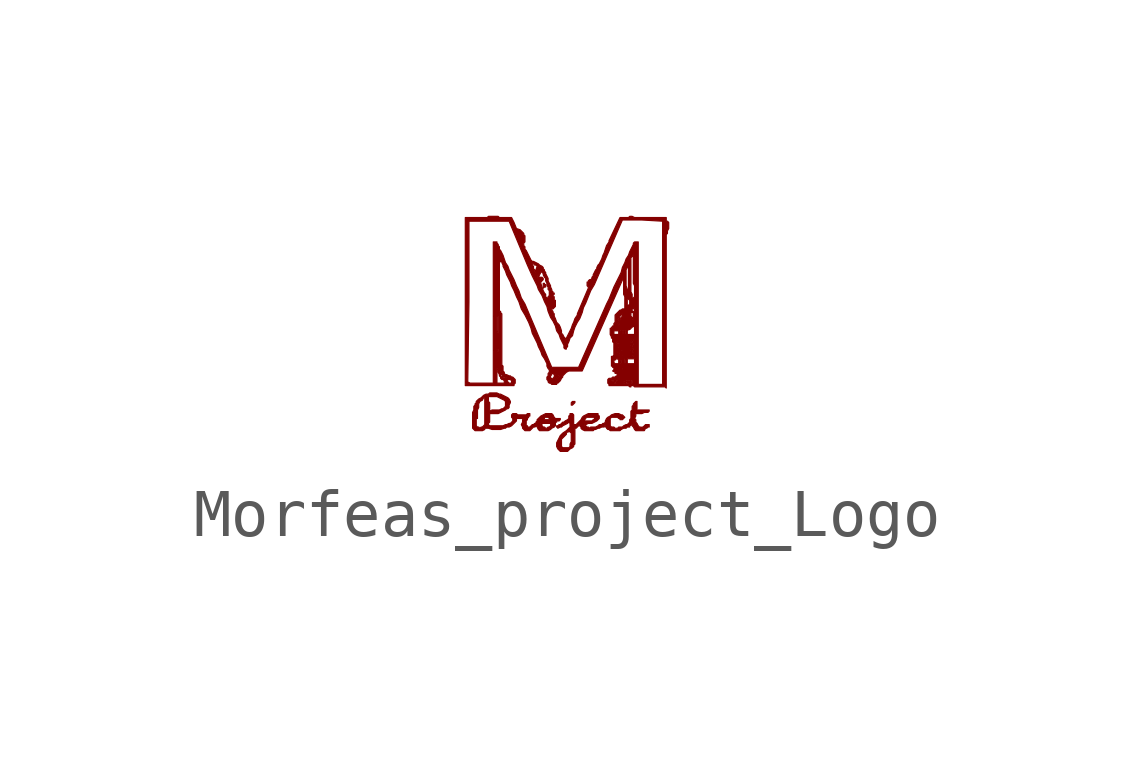
<source format=kicad_sym>
(kicad_symbol_lib
  (version 20211014)
  (generator kicad_symbol_editor)
  (symbol "Morfeas_project_Logo"
    (pin_names
      (offset 1.016))
    (property "Reference" "#G"
      (at 0 -3.81 0)
      (effects (font (size 1.524 1.524)) hide))
    (symbol "Morfeas_project_Logo_0_0"
      (polyline (pts (xy 0.178 -1.448) (xy 0.178 -1.422) (xy 0.127 -1.422) (xy 0.102 -1.448) (xy 0.102 -1.499) (xy 0.127 -1.499) (xy 0.178 -1.448)) (stroke (width 0.025) (type default) (color 0 0 0 0)) (fill (type outline)))
      (polyline (pts (xy -0.457 0.965) (xy -0.432 0.965) (xy -0.432 1.016) (xy -0.457 1.016) (xy -0.457 1.041) (xy -0.483 1.041) (xy -0.483 0.94) (xy -0.457 0.965)) (stroke (width 0.025) (type default) (color 0 0 0 0)) (fill (type outline)))
      (polyline (pts (xy -1.702 -2.007) (xy -1.702 -1.981) (xy -1.626 -1.981) (xy -1.549 -2.007) (xy -1.372 -2.007) (xy -1.295 -1.981) (xy -1.27 -1.981) (xy -1.245 -1.956) (xy -1.194 -1.956) (xy -1.143 -1.93) (xy -1.041 -1.829) (xy -1.041 -1.778) (xy -0.889 -1.778) (xy -0.914 -1.803) (xy -0.914 -1.854) (xy -0.94 -1.905) (xy -0.914 -1.956) (xy -0.914 -1.981) (xy -0.864 -2.032) (xy -0.762 -2.032) (xy -0.686 -1.956) (xy -0.66 -1.956) (xy -0.61 -1.93) (xy -0.61 -1.956) (xy -0.584 -2.007) (xy -0.559 -2.032) (xy -0.381 -2.032) (xy -0.33 -2.007) (xy -0.305 -1.981) (xy -0.254 -1.956) (xy -0.229 -1.93) (xy -0.229 -1.854) (xy -0.203 -1.854) (xy -0.203 -1.829) (xy -0.152 -1.829) (xy -0.127 -1.803) (xy -0.127 -1.778) (xy -0.229 -1.778) (xy -0.254 -1.753) (xy -0.279 -1.702) (xy -0.305 -1.676) (xy -0.432 -1.676) (xy -0.533 -1.727) (xy -0.61 -1.803) (xy -0.483 -1.803) (xy -0.483 -1.778) (xy -0.457 -1.778) (xy -0.457 -1.753) (xy -0.381 -1.753) (xy -0.356 -1.778) (xy -0.33 -1.778) (xy -0.33 -1.803) (xy -0.483 -1.803) (xy -0.61 -1.803) (xy -0.61 -1.829) (xy -0.635 -1.854) (xy -0.635 -1.88) (xy -0.66 -1.88) (xy -0.686 -1.905) (xy -0.533 -1.905) (xy -0.533 -1.88) (xy -0.305 -1.88) (xy -0.33 -1.905) (xy -0.33 -1.93) (xy -0.356 -1.956) (xy -0.381 -1.956) (xy -0.406 -1.981) (xy -0.432 -1.981) (xy -0.457 -1.956) (xy -0.483 -1.956) (xy -0.508 -1.93) (xy -0.508 -1.905) (xy -0.533 -1.905) (xy -0.686 -1.905) (xy -0.711 -1.905) (xy -0.762 -1.956) (xy -0.813 -1.956) (xy -0.813 -1.93) (xy -0.838 -1.93) (xy -0.838 -1.829) (xy -0.813 -1.803) (xy -0.813 -1.778) (xy -0.787 -1.753) (xy -0.787 -1.727) (xy -0.762 -1.727) (xy -0.762 -1.676) (xy -0.813 -1.676) (xy -0.838 -1.702) (xy -1.016 -1.702) (xy -1.041 -1.676) (xy -1.118 -1.676) (xy -1.143 -1.702) (xy -1.143 -1.753) (xy -1.118 -1.778) (xy -1.118 -1.829) (xy -1.168 -1.88) (xy -1.194 -1.88) (xy -1.245 -1.905) (xy -1.27 -1.905) (xy -1.321 -1.93) (xy -1.6 -1.93) (xy -1.626 -1.905) (xy -1.626 -1.88) (xy -1.6 -1.854) (xy -1.6 -1.676) (xy -1.422 -1.676) (xy -1.27 -1.6) (xy -1.245 -1.575) (xy -1.219 -1.575) (xy -1.194 -1.549) (xy -1.194 -1.499) (xy -1.168 -1.448) (xy -1.168 -1.422) (xy -1.194 -1.372) (xy -1.219 -1.346) (xy -1.372 -1.27) (xy -1.397 -1.27) (xy -1.448 -1.245) (xy -1.6 -1.245) (xy -1.626 -1.27) (xy -1.676 -1.27) (xy -1.727 -1.295) (xy -1.778 -1.346) (xy -1.829 -1.372) (xy -1.88 -1.422) (xy -1.88 -1.448) (xy -1.905 -1.473) (xy -1.905 -1.499) (xy -1.93 -1.524) (xy -1.93 -1.6) (xy -1.956 -1.651) (xy -1.956 -1.93) (xy -1.88 -1.93) (xy -1.88 -1.778) (xy -1.854 -1.778) (xy -1.854 -1.6) (xy -1.829 -1.549) (xy -1.829 -1.473) (xy -1.803 -1.422) (xy -1.753 -1.397) (xy -1.727 -1.346) (xy -1.702 -1.346) (xy -1.702 -1.422) (xy -1.626 -1.422) (xy -1.626 -1.321) (xy -1.448 -1.321) (xy -1.295 -1.397) (xy -1.27 -1.422) (xy -1.27 -1.524) (xy -1.321 -1.575) (xy -1.346 -1.575) (xy -1.397 -1.6) (xy -1.549 -1.6) (xy -1.6 -1.626) (xy -1.6 -1.448) (xy -1.626 -1.422) (xy -1.702 -1.422) (xy -1.702 -1.905) (xy -1.753 -1.956) (xy -1.778 -1.956) (xy -1.803 -1.981) (xy -1.829 -1.956) (xy -1.854 -1.956) (xy -1.88 -1.93) (xy -1.956 -1.93) (xy -1.956 -1.981) (xy -1.905 -2.032) (xy -1.753 -2.032) (xy -1.702 -2.007)) (stroke (width 0.025) (type default) (color 0 0 0 0)) (fill (type outline)))
      (polyline (pts (xy 0.076 -2.413) (xy 0.127 -2.388) (xy 0.152 -2.362) (xy 0.152 -2.337) (xy 0.178 -2.311) (xy 0.178 -1.981) (xy 0.203 -1.981) (xy 0.254 -1.93) (xy 0.279 -1.93) (xy 0.305 -1.956) (xy 0.305 -1.981) (xy 0.33 -2.007) (xy 0.381 -2.032) (xy 0.559 -2.032) (xy 0.584 -2.007) (xy 0.61 -2.007) (xy 0.66 -1.981) (xy 0.686 -1.981) (xy 0.737 -1.956) (xy 0.787 -1.956) (xy 0.787 -1.93) (xy 0.813 -1.93) (xy 0.813 -1.956) (xy 0.838 -1.956) (xy 0.838 -1.981) (xy 0.864 -2.007) (xy 0.889 -2.007) (xy 0.914 -2.032) (xy 1.118 -2.032) (xy 1.143 -2.007) (xy 1.194 -1.981) (xy 1.245 -1.981) (xy 1.27 -1.956) (xy 1.321 -1.956) (xy 1.321 -1.93) (xy 1.372 -1.905) (xy 1.372 -1.93) (xy 1.397 -1.956) (xy 1.422 -2.007) (xy 1.448 -2.032) (xy 1.626 -2.032) (xy 1.651 -1.981) (xy 1.676 -1.981) (xy 1.702 -1.956) (xy 1.727 -1.956) (xy 1.727 -1.905) (xy 1.651 -1.905) (xy 1.6 -1.956) (xy 1.575 -1.956) (xy 1.575 -1.981) (xy 1.549 -1.956) (xy 1.524 -1.956) (xy 1.499 -1.93) (xy 1.473 -1.88) (xy 1.448 -1.854) (xy 1.448 -1.803) (xy 1.422 -1.778) (xy 1.448 -1.727) (xy 1.448 -1.676) (xy 1.575 -1.676) (xy 1.626 -1.651) (xy 1.702 -1.651) (xy 1.727 -1.626) (xy 1.727 -1.6) (xy 1.448 -1.6) (xy 1.473 -1.575) (xy 1.473 -1.422) (xy 1.448 -1.422) (xy 1.397 -1.473) (xy 1.397 -1.499) (xy 1.372 -1.524) (xy 1.372 -1.6) (xy 1.346 -1.626) (xy 1.346 -1.778) (xy 1.321 -1.803) (xy 1.321 -1.854) (xy 1.27 -1.905) (xy 1.245 -1.905) (xy 1.194 -1.93) (xy 1.168 -1.956) (xy 1.092 -1.956) (xy 1.067 -1.981) (xy 1.016 -1.981) (xy 0.991 -1.956) (xy 0.94 -1.956) (xy 0.914 -1.93) (xy 0.914 -1.778) (xy 0.94 -1.753) (xy 1.067 -1.753) (xy 1.092 -1.778) (xy 1.118 -1.778) (xy 1.118 -1.803) (xy 1.168 -1.803) (xy 1.219 -1.753) (xy 1.168 -1.702) (xy 1.143 -1.702) (xy 1.092 -1.676) (xy 1.016 -1.676) (xy 0.94 -1.702) (xy 0.914 -1.727) (xy 0.864 -1.753) (xy 0.838 -1.778) (xy 0.813 -1.829) (xy 0.813 -1.854) (xy 0.787 -1.88) (xy 0.762 -1.88) (xy 0.737 -1.905) (xy 0.686 -1.905) (xy 0.66 -1.93) (xy 0.61 -1.956) (xy 0.508 -1.956) (xy 0.483 -1.981) (xy 0.457 -1.956) (xy 0.432 -1.956) (xy 0.406 -1.93) (xy 0.381 -1.93) (xy 0.381 -1.905) (xy 0.406 -1.905) (xy 0.457 -1.88) (xy 0.533 -1.88) (xy 0.635 -1.829) (xy 0.686 -1.778) (xy 0.686 -1.727) (xy 0.66 -1.702) (xy 0.66 -1.676) (xy 0.457 -1.676) (xy 0.356 -1.727) (xy 0.33 -1.753) (xy 0.305 -1.803) (xy 0.279 -1.829) (xy 0.381 -1.829) (xy 0.381 -1.803) (xy 0.406 -1.778) (xy 0.406 -1.753) (xy 0.584 -1.753) (xy 0.584 -1.803) (xy 0.559 -1.803) (xy 0.533 -1.829) (xy 0.381 -1.829) (xy 0.279 -1.829) (xy 0.203 -1.905) (xy 0.152 -1.905) (xy 0.152 -1.702) (xy 0.127 -1.676) (xy 0.076 -1.676) (xy 0.076 -1.702) (xy 0.051 -1.727) (xy 0.051 -1.778) (xy 0.025 -1.803) (xy -0.025 -1.829) (xy -0.051 -1.854) (xy -0.076 -1.854) (xy -0.127 -1.905) (xy -0.152 -1.905) (xy -0.178 -1.93) (xy -0.203 -1.93) (xy -0.203 -1.956) (xy -0.178 -1.981) (xy -0.127 -1.956) (xy -0.102 -1.956) (xy -0.076 -1.93) (xy 0.025 -1.88) (xy 0.051 -1.854) (xy 0.076 -1.88) (xy 0.076 -1.956) (xy 0 -2.032) (xy -0.076 -2.083) (xy -0.127 -2.134) (xy -0.203 -2.286) (xy -0.203 -2.362) (xy -0.102 -2.362) (xy -0.102 -2.21) (xy 0 -2.108) (xy 0 -2.083) (xy 0.025 -2.057) (xy 0.051 -2.057) (xy 0.076 -2.032) (xy 0.076 -2.057) (xy 0.102 -2.083) (xy 0.102 -2.261) (xy 0.076 -2.311) (xy 0.076 -2.362) (xy 0.051 -2.388) (xy -0.076 -2.388) (xy -0.102 -2.362) (xy -0.203 -2.362) (xy -0.178 -2.413) (xy -0.127 -2.464) (xy 0.025 -2.464) (xy 0.076 -2.413)) (stroke (width 0.025) (type default) (color 0 0 0 0)) (fill (type outline)))
      (polyline (pts (xy 1.194 0.813) (xy 1.219 0.762) (xy 1.219 0.508) (xy 1.168 0.508) (xy 1.143 0.483) (xy 1.118 0.483) (xy 1.092 0.457) (xy 1.372 0.457) (xy 1.372 0.508) (xy 1.397 0.533) (xy 1.397 0.508) (xy 1.422 0.508) (xy 1.422 0.457) (xy 1.372 0.457) (xy 1.092 0.457) (xy 1.016 0.381) (xy 1.016 0.254) (xy 1.067 0.254) (xy 1.067 0.279) (xy 1.092 0.279) (xy 1.092 0.305) (xy 1.118 0.356) (xy 1.168 0.406) (xy 1.168 0.381) (xy 1.168 0.356) (xy 1.346 0.356) (xy 1.346 0.432) (xy 1.397 0.432) (xy 1.397 0.279) (xy 1.372 0.305) (xy 1.372 0.33) (xy 1.346 0.356) (xy 1.168 0.356) (xy 1.143 0.33) (xy 1.092 0.279) (xy 1.067 0.254) (xy 1.016 0.254) (xy 1.016 0.229) (xy 0.991 0.203) (xy 0.991 0.178) (xy 1.067 0.178) (xy 1.067 0.203) (xy 1.118 0.254) (xy 1.118 0.279) (xy 1.143 0.279) (xy 1.118 0.254) (xy 1.118 0.229) (xy 1.067 0.178) (xy 0.991 0.178) (xy 0.991 0.152) (xy 1.092 0.152) (xy 1.118 0.178) (xy 1.118 0.152) (xy 1.092 0.152) (xy 0.991 0.152) (xy 0.965 0.152) (xy 0.965 0.127) (xy 0.94 0.127) (xy 0.94 0.102) (xy 0.914 0.102) (xy 0.914 0) (xy 0.914 -0.025) (xy 0.991 -0.025) (xy 0.991 0.051) (xy 1.092 0.051) (xy 1.092 -0.025) (xy 1.118 -0.025) (xy 1.118 0.051) (xy 1.143 0.051) (xy 1.143 -0.025) (xy 1.168 -0.025) (xy 1.168 0.051) (xy 1.194 0.051) (xy 1.194 -0.025) (xy 1.219 -0.025) (xy 1.219 0.051) (xy 1.245 0.051) (xy 1.245 -0.025) (xy 1.27 -0.025) (xy 1.27 0.051) (xy 1.295 0.076) (xy 1.321 0.076) (xy 1.372 0.127) (xy 1.422 0.152) (xy 1.422 -0.025) (xy 1.27 -0.025) (xy 1.245 -0.025) (xy 1.219 -0.025) (xy 1.194 -0.025) (xy 1.168 -0.025) (xy 1.143 -0.025) (xy 1.118 -0.025) (xy 1.092 -0.025) (xy 0.991 -0.025) (xy 0.914 -0.025) (xy 0.94 -0.076) (xy 0.94 -0.102) (xy 0.965 -0.102) (xy 0.965 -0.178) (xy 0.991 -0.203) (xy 1.041 -0.203) (xy 1.067 -0.178) (xy 1.067 -0.203) (xy 1.041 -0.229) (xy 1.041 -0.203) (xy 0.991 -0.203) (xy 0.991 -0.305) (xy 1.067 -0.305) (xy 1.067 -0.254) (xy 1.092 -0.229) (xy 1.092 -0.203) (xy 1.118 -0.203) (xy 1.346 -0.203) (xy 1.346 -0.178) (xy 1.372 -0.152) (xy 1.372 -0.127) (xy 1.397 -0.127) (xy 1.397 -0.152) (xy 1.372 -0.152) (xy 1.372 -0.203) (xy 1.346 -0.203) (xy 1.118 -0.203) (xy 1.092 -0.229) (xy 1.092 -0.279) (xy 1.346 -0.279) (xy 1.346 -0.254) (xy 1.372 -0.254) (xy 1.372 -0.229) (xy 1.397 -0.203) (xy 1.397 -0.229) (xy 1.372 -0.254) (xy 1.372 -0.279) (xy 1.346 -0.279) (xy 1.092 -0.279) (xy 1.067 -0.305) (xy 0.991 -0.305) (xy 0.991 -0.356) (xy 1.067 -0.356) (xy 1.092 -0.356) (xy 1.067 -0.381) (xy 1.143 -0.381) (xy 1.168 -0.356) (xy 1.168 -0.381) (xy 1.346 -0.381) (xy 1.346 -0.356) (xy 1.372 -0.356) (xy 1.372 -0.33) (xy 1.397 -0.305) (xy 1.397 -0.33) (xy 1.372 -0.356) (xy 1.372 -0.381) (xy 1.346 -0.381) (xy 1.168 -0.381) (xy 1.143 -0.406) (xy 1.372 -0.406) (xy 1.397 -0.406) (xy 1.372 -0.432) (xy 1.372 -0.406) (xy 1.143 -0.406) (xy 1.143 -0.381) (xy 1.067 -0.381) (xy 1.067 -0.356) (xy 0.991 -0.356) (xy 0.991 -0.432) (xy 1.067 -0.432) (xy 1.067 -0.406) (xy 1.092 -0.406) (xy 1.092 -0.432) (xy 1.067 -0.432) (xy 0.991 -0.432) (xy 0.991 -0.457) (xy 1.092 -0.457) (xy 1.092 -0.432) (xy 1.118 -0.432) (xy 1.118 -0.457) (xy 1.092 -0.457) (xy 0.991 -0.457) (xy 0.965 -0.483) (xy 1.143 -0.483) (xy 1.143 -0.457) (xy 1.168 -0.457) (xy 1.168 -0.483) (xy 1.372 -0.483) (xy 1.397 -0.457) (xy 1.397 -0.483) (xy 1.372 -0.483) (xy 1.168 -0.483) (xy 1.143 -0.483) (xy 0.965 -0.483) (xy 0.94 -0.483) (xy 0.94 -0.61) (xy 0.991 -0.61) (xy 0.991 -0.559) (xy 1.016 -0.559) (xy 1.041 -0.533) (xy 1.067 -0.533) (xy 1.092 -0.559) (xy 1.092 -0.61) (xy 1.118 -0.61) (xy 1.118 -0.584) (xy 1.143 -0.559) (xy 1.143 -0.635) (xy 1.219 -0.635) (xy 1.219 -0.533) (xy 1.245 -0.559) (xy 1.245 -0.635) (xy 1.27 -0.635) (xy 1.27 -0.533) (xy 1.422 -0.533) (xy 1.422 -0.635) (xy 1.27 -0.635) (xy 1.245 -0.635) (xy 1.219 -0.635) (xy 1.143 -0.635) (xy 1.118 -0.61) (xy 1.092 -0.61) (xy 1.092 -0.635) (xy 1.016 -0.635) (xy 0.991 -0.61) (xy 0.94 -0.61) (xy 0.94 -0.686) (xy 0.965 -0.686) (xy 0.965 -0.711) (xy 0.991 -0.711) (xy 0.991 -0.762) (xy 1.143 -0.762) (xy 1.143 -0.737) (xy 1.168 -0.737) (xy 1.168 -0.762) (xy 1.143 -0.762) (xy 0.991 -0.762) (xy 0.965 -0.787) (xy 1.016 -0.813) (xy 1.016 -0.838) (xy 1.041 -0.838) (xy 1.067 -0.864) (xy 1.067 -0.889) (xy 1.041 -0.889) (xy 1.016 -0.914) (xy 0.965 -0.914) (xy 0.94 -0.94) (xy 0.889 -0.94) (xy 0.864 -0.965) (xy 0.864 -1.016) (xy 0.94 -1.016) (xy 0.94 -0.991) (xy 0.991 -0.991) (xy 0.965 -1.016) (xy 0.94 -1.016) (xy 0.864 -1.016) (xy 0.864 -1.041) (xy 0.991 -1.041) (xy 1.041 -0.991) (xy 1.067 -0.991) (xy 1.067 -1.016) (xy 1.041 -1.016) (xy 1.041 -1.041) (xy 1.194 -1.041) (xy 1.194 -1.016) (xy 1.219 -1.016) (xy 1.219 -1.041) (xy 1.245 -1.041) (xy 1.245 -0.991) (xy 1.27 -0.991) (xy 1.27 -1.016) (xy 1.295 -1.016) (xy 1.295 -0.991) (xy 1.321 -0.991) (xy 1.321 -1.016) (xy 1.295 -1.016) (xy 1.295 -1.041) (xy 1.346 -1.041) (xy 1.346 -0.991) (xy 1.372 -0.991) (xy 1.372 -1.041) (xy 1.346 -1.041) (xy 1.295 -1.041) (xy 1.245 -1.041) (xy 1.219 -1.041) (xy 1.194 -1.041) (xy 1.041 -1.041) (xy 0.991 -1.041) (xy 0.864 -1.041) (xy 0.889 -1.067) (xy 0.889 -1.092) (xy 1.295 -1.092) (xy 1.321 -1.118) (xy 1.346 -1.118) (xy 1.346 -1.092) (xy 1.397 -1.092) (xy 1.422 -1.118) (xy 2.057 -1.118) (xy 2.083 -1.143) (xy 2.083 2.057) (xy 2.108 2.083) (xy 2.108 2.134) (xy 2.134 2.184) (xy 2.134 2.311) (xy 2.108 2.337) (xy 2.083 2.337) (xy 2.083 2.413) (xy 1.422 2.413) (xy 1.372 2.438) (xy 1.321 2.438) (xy 1.295 2.413) (xy 1.118 2.413) (xy 0.889 1.93) (xy 0.889 1.905) (xy 0.838 1.829) (xy 0.787 1.676) (xy 0.762 1.626) (xy 0.737 1.549) (xy 0.686 1.448) (xy 0.66 1.422) (xy 0.635 1.372) (xy 0.635 1.346) (xy 0.61 1.321) (xy 0.559 1.219) (xy 0.559 1.194) (xy 0.533 1.168) (xy 0.533 1.143) (xy 0.508 1.118) (xy 0.483 1.118) (xy 0.457 1.092) (xy 0.457 1.067) (xy 0.432 1.067) (xy 0.432 0.991) (xy 0.457 0.965) (xy 0.457 0.94) (xy 0.229 0.406) (xy 0.229 0.381) (xy 0.178 0.305) (xy 0.152 0.229) (xy 0.127 0.178) (xy 0.102 0.102) (xy 0 -0.102) (xy 0 -0.127) (xy -0.025 -0.127) (xy -0.025 -0.102) (xy -0.051 -0.076) (xy -0.076 -0.025) (xy -0.102 0) (xy -0.102 0.051) (xy -0.127 0.127) (xy -0.152 0.178) (xy -0.203 0.229) (xy -0.229 0.305) (xy -0.254 0.356) (xy -0.254 0.406) (xy -0.279 0.432) (xy -0.279 0.457) (xy -0.305 0.483) (xy -0.305 0.508) (xy -0.279 0.508) (xy -0.229 0.559) (xy -0.229 0.686) (xy -0.254 0.686) (xy -0.254 0.762) (xy -0.279 0.762) (xy -0.279 0.787) (xy -0.254 0.813) (xy -0.254 0.838) (xy -0.279 0.838) (xy -0.279 0.864) (xy -0.305 0.889) (xy -0.305 0.914) (xy -0.33 0.965) (xy -0.33 0.991) (xy -0.381 1.092) (xy -0.381 1.143) (xy -0.432 1.245) (xy -0.432 1.27) (xy -0.457 1.295) (xy -0.457 1.321) (xy -0.483 1.346) (xy -0.483 1.372) (xy -0.508 1.397) (xy -0.559 1.422) (xy -0.584 1.448) (xy -0.686 1.499) (xy -0.711 1.499) (xy -0.737 1.524) (xy -0.838 1.727) (xy -0.864 1.753) (xy -0.864 1.803) (xy -0.889 1.829) (xy -0.889 1.88) (xy -0.864 1.905) (xy -0.864 2.032) (xy -0.889 2.057) (xy -0.889 2.083) (xy -0.965 2.159) (xy -1.041 2.184) (xy -1.092 2.311) (xy -1.143 2.413) (xy -1.397 2.413) (xy -1.422 2.438) (xy -1.626 2.438) (xy -1.651 2.413) (xy -2.108 2.413) (xy -2.108 -1.016) (xy -2.057 -1.016) (xy -2.032 0.66) (xy -2.032 2.337) (xy -1.194 2.337) (xy -0.813 1.422) (xy -0.711 1.422) (xy -0.711 1.448) (xy -0.686 1.448) (xy -0.66 1.422) (xy -0.635 1.422) (xy -0.61 1.397) (xy -0.635 1.321) (xy -0.584 1.321) (xy -0.584 1.372) (xy -0.559 1.372) (xy -0.559 1.321) (xy -0.584 1.321) (xy -0.635 1.321) (xy -0.635 1.27) (xy -0.66 1.295) (xy -0.66 1.321) (xy -0.686 1.346) (xy -0.686 1.397) (xy -0.711 1.422) (xy -0.813 1.422) (xy -0.711 1.194) (xy -0.61 1.194) (xy -0.584 1.219) (xy -0.584 1.168) (xy -0.559 1.219) (xy -0.533 1.27) (xy -0.533 1.295) (xy -0.508 1.295) (xy -0.508 1.27) (xy -0.483 1.245) (xy -0.483 1.219) (xy -0.457 1.168) (xy -0.432 1.143) (xy -0.432 1.092) (xy -0.406 1.041) (xy -0.406 0.991) (xy -0.381 0.965) (xy -0.381 0.914) (xy -0.356 0.889) (xy -0.356 0.787) (xy -0.381 0.762) (xy -0.381 0.737) (xy -0.406 0.737) (xy -0.432 0.762) (xy -0.432 0.813) (xy -0.457 0.838) (xy -0.483 0.889) (xy -0.533 1.041) (xy -0.533 1.067) (xy -0.483 1.118) (xy -0.483 1.143) (xy -0.508 1.168) (xy -0.559 1.168) (xy -0.559 1.118) (xy -0.584 1.143) (xy -0.584 1.168) (xy -0.61 1.168) (xy -0.61 1.194) (xy -0.711 1.194) (xy -0.61 0.991) (xy -0.584 0.914) (xy -0.508 0.787) (xy -0.457 0.66) (xy -0.406 0.559) (xy -0.381 0.457) (xy -0.33 0.33) (xy -0.279 0.254) (xy -0.229 0.152) (xy -0.203 0.051) (xy -0.152 -0.025) (xy -0.127 -0.102) (xy -0.051 -0.254) (xy -0.051 -0.305) (xy -0.025 -0.33) (xy 0 -0.33) (xy 0 -0.305) (xy 0.025 -0.279) (xy 0.025 -0.229) (xy 0.051 -0.178) (xy 0.076 -0.102) (xy 0.127 -0.051) (xy 0.152 0.051) (xy 0.178 0.127) (xy 0.229 0.229) (xy 0.279 0.305) (xy 0.33 0.432) (xy 0.356 0.533) (xy 0.406 0.635) (xy 0.508 0.889) (xy 0.584 1.016) (xy 1.168 2.362) (xy 1.575 2.362) (xy 2.007 2.337) (xy 2.007 -1.067) (xy 1.499 -1.067) (xy 1.499 1.905) (xy 1.422 1.905) (xy 1.397 1.88) (xy 1.397 1.854) (xy 1.321 1.702) (xy 1.295 1.626) (xy 1.245 1.549) (xy 1.219 1.473) (xy 1.168 1.372) (xy 1.143 1.27) (xy 0.991 0.965) (xy 0.889 0.711) (xy 0.838 0.61) (xy 0.254 -0.711) (xy -0.305 -0.711) (xy -0.864 0.61) (xy -0.94 0.737) (xy -0.991 0.889) (xy -1.041 0.991) (xy -1.092 1.118) (xy -1.194 1.321) (xy -1.219 1.397) (xy -1.27 1.473) (xy -1.321 1.626) (xy -1.372 1.727) (xy -1.397 1.753) (xy -1.397 1.803) (xy -1.422 1.829) (xy -1.422 1.854) (xy -1.448 1.88) (xy -1.448 1.905) (xy -1.524 1.905) (xy -1.524 0.356) (xy -1.448 0.356) (xy -1.422 0.356) (xy -1.422 0) (xy -1.448 0.051) (xy -1.448 0.356) (xy -1.524 0.356) (xy -1.524 -0.356) (xy -1.448 -0.356) (xy -1.448 -0.33) (xy -1.422 -0.33) (xy -1.422 -0.381) (xy -1.448 -0.356) (xy -1.524 -0.356) (xy -1.524 -1.041) (xy -1.448 -1.041) (xy -1.448 -0.737) (xy -1.422 -0.762) (xy -1.397 -0.762) (xy -1.372 -0.813) (xy -1.372 -0.838) (xy -1.397 -0.813) (xy -1.397 -0.762) (xy -1.422 -0.762) (xy -1.422 -0.813) (xy -1.397 -0.864) (xy -1.397 -0.889) (xy -1.372 -0.889) (xy -1.372 -0.864) (xy -1.372 -0.838) (xy -1.346 -0.864) (xy -1.321 -0.914) (xy -1.27 -0.914) (xy -1.245 -0.94) (xy -1.321 -0.94) (xy -1.372 -0.889) (xy -1.397 -0.889) (xy -1.372 -0.914) (xy -1.372 -0.94) (xy -1.346 -0.965) (xy -1.321 -0.965) (xy -1.245 -0.965) (xy -1.168 -0.965) (xy -1.143 -0.991) (xy -1.143 -1.041) (xy -1.194 -1.041) (xy -1.219 -1.016) (xy -1.245 -0.965) (xy -1.321 -0.965) (xy -1.295 -0.991) (xy -1.295 -1.041) (xy -1.448 -1.041) (xy -1.524 -1.041) (xy -2.007 -1.041) (xy -2.057 -1.016) (xy -2.108 -1.016) (xy -2.108 -1.092) (xy -1.092 -1.092) (xy -1.092 -1.067) (xy -1.067 -1.041) (xy -1.067 -0.965) (xy -1.118 -0.914) (xy -1.143 -0.914) (xy -1.168 -0.889) (xy -1.194 -0.889) (xy -1.245 -0.864) (xy -1.27 -0.864) (xy -1.295 -0.838) (xy -1.295 -0.813) (xy -1.321 -0.787) (xy -1.321 -0.686) (xy -1.346 -0.66) (xy -1.346 0.406) (xy -1.372 0.432) (xy -1.372 0.457) (xy -1.397 0.457) (xy -1.397 1.473) (xy -1.372 1.499) (xy -1.346 1.499) (xy -1.346 1.473) (xy -1.321 1.422) (xy -1.321 1.397) (xy -1.27 1.295) (xy -1.245 1.219) (xy -1.168 1.067) (xy -1.143 0.991) (xy -1.092 0.889) (xy -1.041 0.762) (xy -0.991 0.66) (xy -0.94 0.508) (xy -0.864 0.381) (xy -0.787 0.229) (xy -0.737 0.102) (xy -0.711 0) (xy -0.61 -0.203) (xy -0.584 -0.279) (xy -0.533 -0.381) (xy -0.508 -0.457) (xy -0.457 -0.533) (xy -0.406 -0.635) (xy -0.406 -0.686) (xy -0.381 -0.737) (xy -0.356 -0.762) (xy -0.356 -0.813) (xy -0.381 -0.838) (xy -0.381 -0.889) (xy -0.406 -0.914) (xy -0.406 -0.94) (xy -0.33 -0.94) (xy -0.33 -0.889) (xy -0.305 -0.864) (xy -0.305 -0.838) (xy -0.279 -0.838) (xy -0.254 -0.864) (xy -0.229 -0.864) (xy -0.229 -0.889) (xy -0.178 -0.889) (xy -0.152 -0.889) (xy -0.152 -0.914) (xy -0.178 -0.914) (xy -0.178 -0.889) (xy -0.229 -0.889) (xy -0.254 -0.889) (xy -0.254 -0.914) (xy -0.279 -0.94) (xy -0.279 -0.965) (xy -0.305 -0.965) (xy -0.305 -0.94) (xy -0.33 -0.94) (xy -0.406 -0.94) (xy -0.406 -0.965) (xy -0.381 -0.991) (xy -0.229 -0.991) (xy -0.203 -0.94) (xy -0.203 -0.914) (xy -0.178 -0.914) (xy -0.178 -0.94) (xy -0.203 -0.94) (xy -0.203 -0.965) (xy -0.229 -0.991) (xy -0.381 -0.991) (xy -0.381 -1.016) (xy -0.356 -1.041) (xy -0.33 -1.041) (xy -0.305 -1.067) (xy -0.203 -1.067) (xy -0.203 -1.041) (xy -0.178 -1.041) (xy -0.127 -0.991) (xy -0.102 -0.94) (xy -0.076 -0.914) (xy -0.076 -0.889) (xy 0 -0.813) (xy 0.051 -0.787) (xy 0.33 -0.787) (xy 1.194 1.168) (xy 1.194 0.991) (xy 1.245 0.991) (xy 1.245 1.321) (xy 1.27 1.372) (xy 1.27 1.422) (xy 1.295 1.397) (xy 1.295 0.864) (xy 1.346 0.864) (xy 1.346 1.575) (xy 1.372 1.6) (xy 1.397 1.651) (xy 1.397 1.041) (xy 1.422 0.991) (xy 1.422 0.762) (xy 1.372 0.711) (xy 1.372 0.813) (xy 1.346 0.864) (xy 1.295 0.864) (xy 1.295 0.711) (xy 1.321 0.686) (xy 1.321 0.61) (xy 1.295 0.584) (xy 1.295 0.559) (xy 1.27 0.584) (xy 1.27 0.914) (xy 1.245 0.991) (xy 1.194 0.991) (xy 1.194 0.813)) (stroke (width 0.025) (type default) (color 0 0 0 0)) (fill (type outline))))))
</source>
